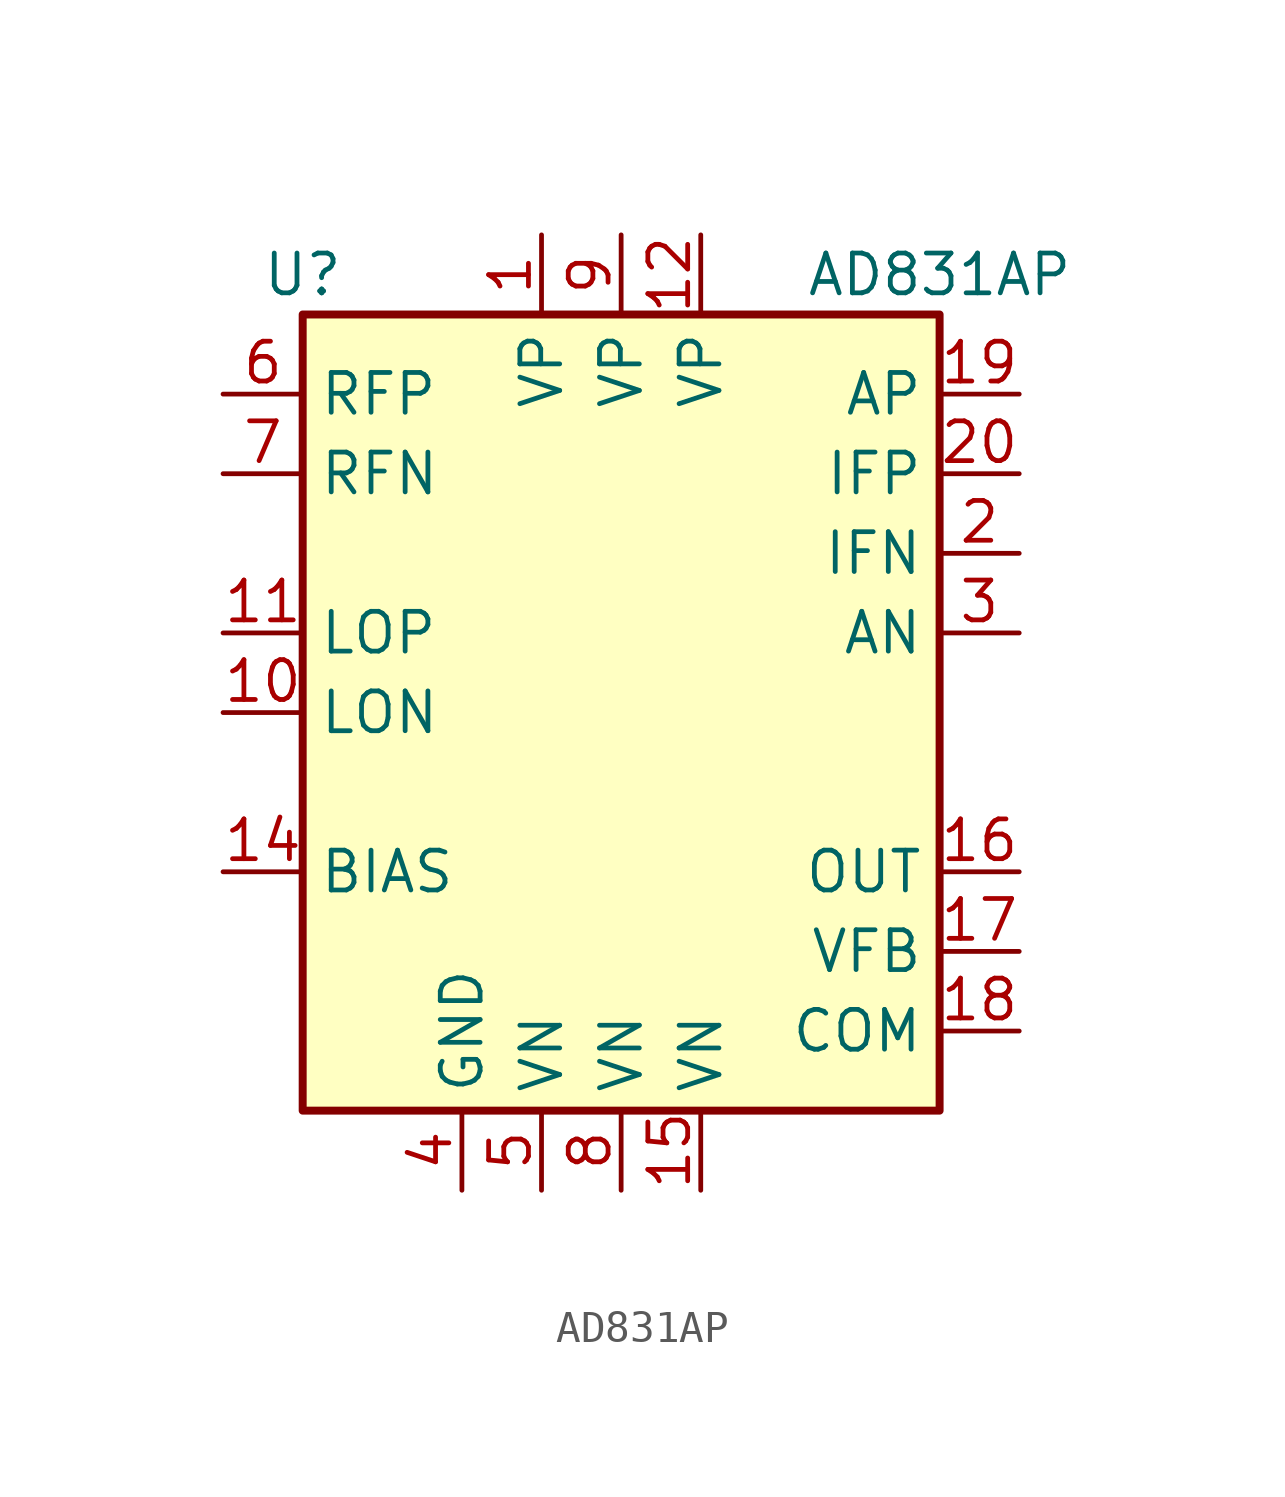
<source format=kicad_sym>
(kicad_symbol_lib
  (version 20201005)
  (generator kicad_symbol_editor)
  (symbol "RF_Mixer:AD831AP"
    (property "Reference" "U"
      (at -10.16 13.97 0)
      (effects (font (size 1.27 1.27))))
    (property "Value" "AD831AP"
      (at 10.16 13.97 0)
      (effects (font (size 1.27 1.27))))
    (symbol "AD831AP_0_1"
      (rectangle (start 10.16 12.7) (end -10.16 -12.7) (stroke (width 0.254)) (fill (type background))))
    (symbol "AD831AP_1_1"
      (pin power_in line (at -2.54 15.24 270) (length 2.54) (name "VP" (effects (font (size 1.27 1.27)))) (number "1" (effects (font (size 1.27 1.27)))))
      (pin input line (at -12.7 0 0) (length 2.54) (name "LON" (effects (font (size 1.27 1.27)))) (number "10" (effects (font (size 1.27 1.27)))))
      (pin input line (at -12.7 2.54 0) (length 2.54) (name "LOP" (effects (font (size 1.27 1.27)))) (number "11" (effects (font (size 1.27 1.27)))))
      (pin power_in line (at 2.54 15.24 270) (length 2.54) (name "VP" (effects (font (size 1.27 1.27)))) (number "12" (effects (font (size 1.27 1.27)))))
      (pin passive line (at -5.08 -15.24 90) (length 2.54) hide (name "GND" (effects (font (size 1.27 1.27)))) (number "13" (effects (font (size 1.27 1.27)))))
      (pin passive line (at -12.7 -5.08 0) (length 2.54) (name "BIAS" (effects (font (size 1.27 1.27)))) (number "14" (effects (font (size 1.27 1.27)))))
      (pin power_in line (at 2.54 -15.24 90) (length 2.54) (name "VN" (effects (font (size 1.27 1.27)))) (number "15" (effects (font (size 1.27 1.27)))))
      (pin output line (at 12.7 -5.08 180) (length 2.54) (name "OUT" (effects (font (size 1.27 1.27)))) (number "16" (effects (font (size 1.27 1.27)))))
      (pin passive line (at 12.7 -7.62 180) (length 2.54) (name "VFB" (effects (font (size 1.27 1.27)))) (number "17" (effects (font (size 1.27 1.27)))))
      (pin passive line (at 12.7 -10.16 180) (length 2.54) (name "COM" (effects (font (size 1.27 1.27)))) (number "18" (effects (font (size 1.27 1.27)))))
      (pin input line (at 12.7 10.16 180) (length 2.54) (name "AP" (effects (font (size 1.27 1.27)))) (number "19" (effects (font (size 1.27 1.27)))))
      (pin open_collector line (at 12.7 5.08 180) (length 2.54) (name "IFN" (effects (font (size 1.27 1.27)))) (number "2" (effects (font (size 1.27 1.27)))))
      (pin open_collector line (at 12.7 7.62 180) (length 2.54) (name "IFP" (effects (font (size 1.27 1.27)))) (number "20" (effects (font (size 1.27 1.27)))))
      (pin input line (at 12.7 2.54 180) (length 2.54) (name "AN" (effects (font (size 1.27 1.27)))) (number "3" (effects (font (size 1.27 1.27)))))
      (pin power_in line (at -5.08 -15.24 90) (length 2.54) (name "GND" (effects (font (size 1.27 1.27)))) (number "4" (effects (font (size 1.27 1.27)))))
      (pin power_in line (at -2.54 -15.24 90) (length 2.54) (name "VN" (effects (font (size 1.27 1.27)))) (number "5" (effects (font (size 1.27 1.27)))))
      (pin input line (at -12.7 10.16 0) (length 2.54) (name "RFP" (effects (font (size 1.27 1.27)))) (number "6" (effects (font (size 1.27 1.27)))))
      (pin input line (at -12.7 7.62 0) (length 2.54) (name "RFN" (effects (font (size 1.27 1.27)))) (number "7" (effects (font (size 1.27 1.27)))))
      (pin power_in line (at 0 -15.24 90) (length 2.54) (name "VN" (effects (font (size 1.27 1.27)))) (number "8" (effects (font (size 1.27 1.27)))))
      (pin power_in line (at 0 15.24 270) (length 2.54) (name "VP" (effects (font (size 1.27 1.27)))) (number "9" (effects (font (size 1.27 1.27))))))))
</source>
